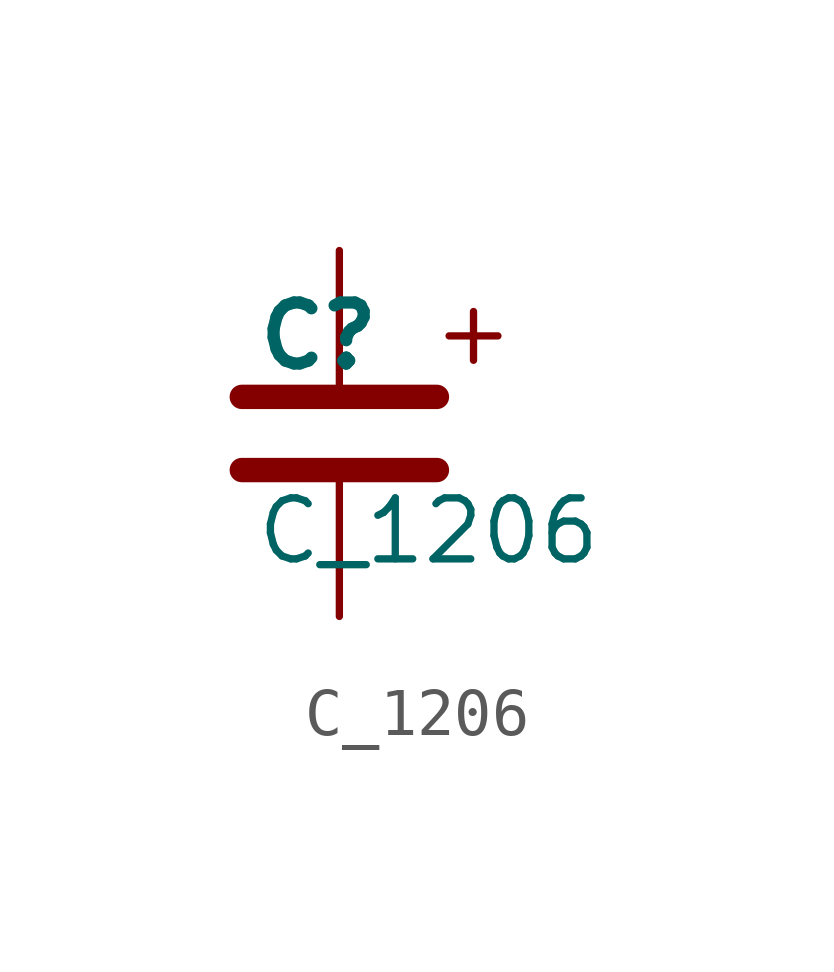
<source format=kicad_sym>
(kicad_symbol_lib
  (version 20220914)
  (generator kicad_symbol_editor)
  (symbol "C_1206"
    (pin_numbers hide)
    (pin_names
      (offset 0.254))
    (property "Reference" "C"
      (at -1.778 2.032 0)
      (effects (font (size 1.27 1.27) bold) (justify left)))
    (property "Value" "C_1206"
      (at -1.778 -2.032 0)
      (effects (font (size 1.27 1.27)) (justify left)))
    (symbol "C_1206_0_1"
      (polyline (pts (xy 2.032 -0.762) (xy -2.032 -0.762)) (stroke (width 0.508) (type default)) (fill (type none)))
      (polyline (pts (xy 2.032 0.762) (xy -2.032 0.762)) (stroke (width 0.508) (type default)) (fill (type none)))
      (polyline (pts (xy 2.794 1.524) (xy 2.794 2.54)) (stroke (width 0) (type default)) (fill (type none)))
      (polyline (pts (xy 3.302 2.032) (xy 2.286 2.032)) (stroke (width 0) (type default)) (fill (type none))))
    (symbol "C_1206_1_1"
      (pin passive line (at 0 -3.81 90) (length 2.794) (name "~" (effects (font (size 1.27 1.27)))) (number "1" (effects (font (size 1.27 1.27)))))
      (pin passive line (at 0 3.81 270) (length 2.794) (name "~" (effects (font (size 1.27 1.27)))) (number "2" (effects (font (size 1.27 1.27))))))))
</source>
